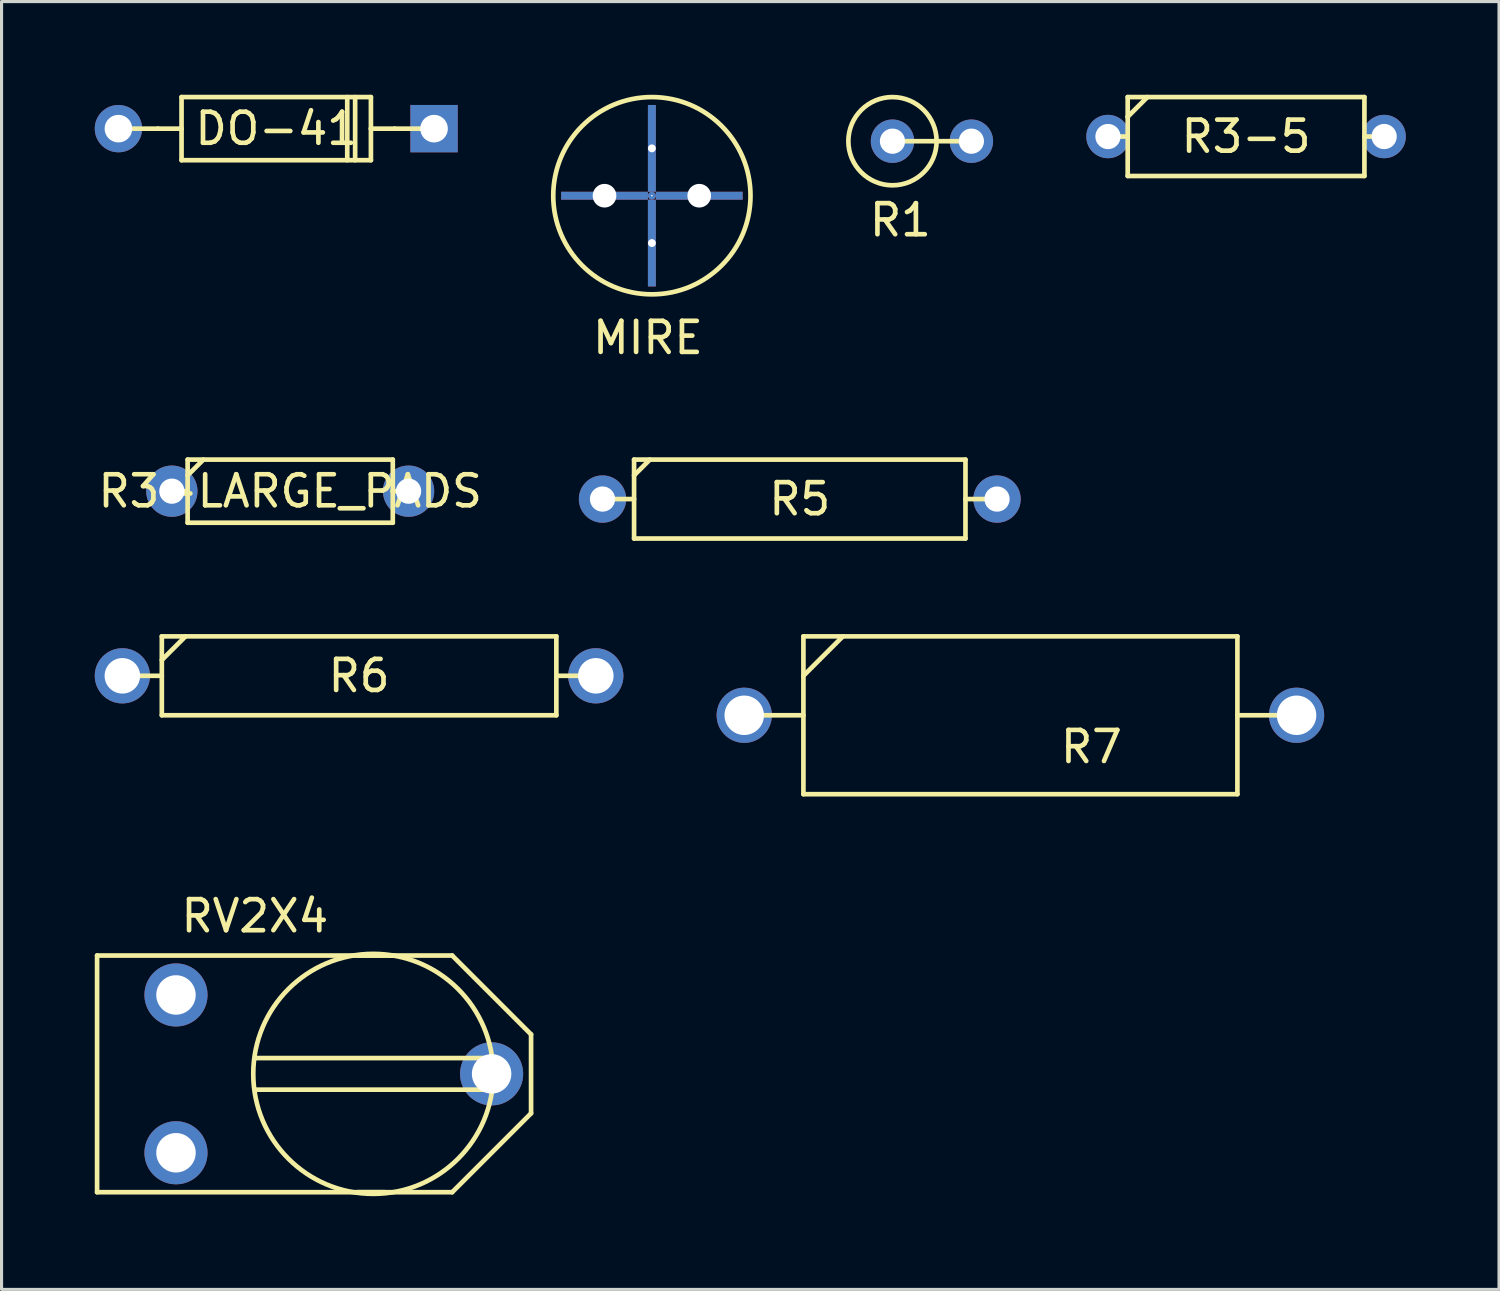
<source format=kicad_pcb>
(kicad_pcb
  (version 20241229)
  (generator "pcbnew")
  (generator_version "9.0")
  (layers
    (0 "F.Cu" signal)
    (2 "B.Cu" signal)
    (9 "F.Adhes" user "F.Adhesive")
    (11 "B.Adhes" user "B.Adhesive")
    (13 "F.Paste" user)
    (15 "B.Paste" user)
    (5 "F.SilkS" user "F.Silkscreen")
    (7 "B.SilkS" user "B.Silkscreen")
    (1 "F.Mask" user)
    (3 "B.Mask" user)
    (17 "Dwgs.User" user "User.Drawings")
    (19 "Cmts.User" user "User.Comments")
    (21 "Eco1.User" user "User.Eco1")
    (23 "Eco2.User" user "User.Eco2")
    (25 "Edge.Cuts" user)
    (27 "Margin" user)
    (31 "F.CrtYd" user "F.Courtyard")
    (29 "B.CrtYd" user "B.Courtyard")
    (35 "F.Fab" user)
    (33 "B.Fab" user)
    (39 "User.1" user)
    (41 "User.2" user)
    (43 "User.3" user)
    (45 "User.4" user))
  (footprint "RV2X4"
    (layer "F.Cu")
    (at 7.695 31.518)
    (property "Reference" "RV2X4" (at -2.54 -5.08 0) (layer "F.SilkS") (effects (font (size 1 1) (thickness 0.15))))
    (attr through_hole)
    (fp_line (start -7.62 -3.81) (end 3.81 -3.81) (stroke (width 0.15) (type solid)) (layer "F.SilkS"))
    (fp_line (start -7.62 3.81) (end -7.62 -3.81) (stroke (width 0.15) (type solid)) (layer "F.SilkS"))
    (fp_line (start -2.54 -0.508) (end 4.953 -0.508) (stroke (width 0.15) (type solid)) (layer "F.SilkS"))
    (fp_line (start -2.54 0.508) (end 4.953 0.508) (stroke (width 0.15) (type solid)) (layer "F.SilkS"))
    (fp_line (start 0.762 -3.81) (end 1.905 -3.81) (stroke (width 0.15) (type solid)) (layer "F.SilkS"))
    (fp_line (start 1.651 3.81) (end 0.762 3.81) (stroke (width 0.15) (type solid)) (layer "F.SilkS"))
    (fp_line (start 3.81 -3.81) (end 6.35 -1.27) (stroke (width 0.15) (type solid)) (layer "F.SilkS"))
    (fp_line (start 3.81 3.81) (end -7.62 3.81) (stroke (width 0.15) (type solid)) (layer "F.SilkS"))
    (fp_line (start 6.35 -1.27) (end 6.35 1.27) (stroke (width 0.15) (type solid)) (layer "F.SilkS"))
    (fp_line (start 6.35 1.27) (end 3.81 3.81) (stroke (width 0.15) (type solid)) (layer "F.SilkS"))
    (fp_circle (center 1.27 0) (end -2.54 -0.635) (stroke (width 0.15) (type solid)) (fill no) (layer "F.SilkS"))
    (pad "1" thru_hole circle (at -5.08 -2.54) (size 2.032 2.032) (drill 1.27) (layers "*.Cu" "*.Mask"))
    (pad "2" thru_hole circle (at 5.08 0) (size 2.032 2.032) (drill 1.27) (layers "*.Cu" "*.Mask"))
    (pad "3" thru_hole circle (at -5.08 2.54) (size 2.032 2.032) (drill 1.27) (layers "*.Cu" "*.Mask")))
  (footprint "MIRE"
    (layer "F.Cu")
    (at 17.934 3.25)
    (property "Reference" "MIRE" (at -0.127 4.572 0) (layer "F.SilkS") (effects (font (size 1 1) (thickness 0.15))))
    (attr through_hole)
    (fp_circle (center 0 0) (end 2.54 1.905) (stroke (width 0.15) (type solid)) (fill no) (layer "F.SilkS"))
    (pad "" thru_hole rect (at -1.524 0) (size 2.794 0.254) (drill 0.762) (layers "*.Cu" "*.Mask"))
    (pad "" thru_hole rect (at 0 -1.524) (size 0.254 2.794) (drill 0.762) (layers "*.Cu" "*.Mask"))
    (pad "" thru_hole circle (at 0 0) (size 0.254 0.254) (drill 0.051) (layers "*.Cu" "*.Mask"))
    (pad "" thru_hole rect (at 0 1.524) (size 0.254 2.794) (drill 0.762) (layers "*.Cu" "*.Mask"))
    (pad "" thru_hole rect (at 1.524 0) (size 2.794 0.254) (drill 0.762) (layers "*.Cu" "*.Mask")))
  (footprint "R3-5"
    (layer "F.Cu")
    (at 37.061 1.345)
    (property "Reference" "R3-5" (at 0 0 0) (layer "F.SilkS") (effects (font (size 1 1) (thickness 0.15))))
    (attr through_hole)
    (fp_line (start -4.445 0) (end -3.81 0) (stroke (width 0.15) (type solid)) (layer "F.SilkS"))
    (fp_line (start -3.81 -1.27) (end -3.81 -0.635) (stroke (width 0.15) (type solid)) (layer "F.SilkS"))
    (fp_line (start -3.81 -0.635) (end -3.81 1.27) (stroke (width 0.15) (type solid)) (layer "F.SilkS"))
    (fp_line (start -3.81 -0.635) (end -3.175 -1.27) (stroke (width 0.15) (type solid)) (layer "F.SilkS"))
    (fp_line (start -3.81 1.27) (end 3.81 1.27) (stroke (width 0.15) (type solid)) (layer "F.SilkS"))
    (fp_line (start 3.81 -1.27) (end -3.81 -1.27) (stroke (width 0.15) (type solid)) (layer "F.SilkS"))
    (fp_line (start 3.81 0) (end 4.445 0) (stroke (width 0.15) (type solid)) (layer "F.SilkS"))
    (fp_line (start 3.81 1.27) (end 3.81 -1.27) (stroke (width 0.15) (type solid)) (layer "F.SilkS"))
    (pad "1" thru_hole circle (at -4.445 0) (size 1.397 1.397) (drill 0.813) (layers "*.Cu" "*.Mask"))
    (pad "2" thru_hole circle (at 4.445 0) (size 1.397 1.397) (drill 0.813) (layers "*.Cu" "*.Mask")))
  (footprint "R3-LARGE_PADS"
    (layer "F.Cu")
    (at 6.292 12.761)
    (property "Reference" "R3-LARGE_PADS" (at 0 0 0) (layer "F.SilkS") (effects (font (size 1 1) (thickness 0.15))))
    (attr through_hole)
    (fp_line (start -3.81 0) (end -3.302 0) (stroke (width 0.15) (type solid)) (layer "F.SilkS"))
    (fp_line (start -3.302 -1.016) (end -3.302 1.016) (stroke (width 0.15) (type solid)) (layer "F.SilkS"))
    (fp_line (start -3.302 -0.508) (end -2.794 -1.016) (stroke (width 0.15) (type solid)) (layer "F.SilkS"))
    (fp_line (start -3.302 1.016) (end 3.302 1.016) (stroke (width 0.15) (type solid)) (layer "F.SilkS"))
    (fp_line (start 3.302 -1.016) (end -3.302 -1.016) (stroke (width 0.15) (type solid)) (layer "F.SilkS"))
    (fp_line (start 3.302 0) (end 3.302 -1.016) (stroke (width 0.15) (type solid)) (layer "F.SilkS"))
    (fp_line (start 3.302 1.016) (end 3.302 0) (stroke (width 0.15) (type solid)) (layer "F.SilkS"))
    (fp_line (start 3.81 0) (end 3.302 0) (stroke (width 0.15) (type solid)) (layer "F.SilkS"))
    (pad "1" thru_hole circle (at -3.81 0) (size 1.651 1.651) (drill 0.813) (layers "*.Cu" "*.Mask"))
    (pad "2" thru_hole circle (at 3.81 0) (size 1.651 1.651) (drill 0.813) (layers "*.Cu" "*.Mask")))
  (footprint "R6"
    (layer "F.Cu")
    (at 8.509 18.705)
    (property "Reference" "R6" (at 0 0 0) (layer "F.SilkS") (effects (font (size 1 1) (thickness 0.15))))
    (attr through_hole)
    (fp_line (start -7.62 0) (end -6.35 0) (stroke (width 0.15) (type solid)) (layer "F.SilkS"))
    (fp_line (start -6.35 -1.27) (end -6.35 1.27) (stroke (width 0.15) (type solid)) (layer "F.SilkS"))
    (fp_line (start -6.35 -1.27) (end 6.35 -1.27) (stroke (width 0.15) (type solid)) (layer "F.SilkS"))
    (fp_line (start -6.35 -0.508) (end -5.588 -1.27) (stroke (width 0.15) (type solid)) (layer "F.SilkS"))
    (fp_line (start 6.35 -1.27) (end 6.35 1.27) (stroke (width 0.15) (type solid)) (layer "F.SilkS"))
    (fp_line (start 6.35 0) (end 7.62 0) (stroke (width 0.15) (type solid)) (layer "F.SilkS"))
    (fp_line (start 6.35 1.27) (end -6.35 1.27) (stroke (width 0.15) (type solid)) (layer "F.SilkS"))
    (pad "1" thru_hole circle (at -7.62 0) (size 1.778 1.778) (drill 1.143) (layers "*.Cu" "*.Mask"))
    (pad "2" thru_hole circle (at 7.62 0) (size 1.778 1.778) (drill 1.143) (layers "*.Cu" "*.Mask")))
  (footprint "R7"
    (layer "F.Cu")
    (at 29.797 19.975)
    (property "Reference" "R7" (at 2.286 1.016 0) (layer "F.SilkS") (effects (font (size 1 1) (thickness 0.15))))
    (attr through_hole)
    (fp_line (start -8.89 0) (end -8.89 0) (stroke (width 0.15) (type solid)) (layer "F.SilkS"))
    (fp_line (start -8.89 0) (end -8.89 0) (stroke (width 0.15) (type solid)) (layer "F.SilkS"))
    (fp_line (start -8.89 0) (end -6.985 0) (stroke (width 0.15) (type solid)) (layer "F.SilkS"))
    (fp_line (start -6.985 -2.54) (end -6.985 2.54) (stroke (width 0.15) (type solid)) (layer "F.SilkS"))
    (fp_line (start -6.985 -2.54) (end 6.985 -2.54) (stroke (width 0.15) (type solid)) (layer "F.SilkS"))
    (fp_line (start -6.985 -1.27) (end -5.715 -2.54) (stroke (width 0.15) (type solid)) (layer "F.SilkS"))
    (fp_line (start 6.985 -2.54) (end 6.985 2.54) (stroke (width 0.15) (type solid)) (layer "F.SilkS"))
    (fp_line (start 6.985 0) (end 8.89 0) (stroke (width 0.15) (type solid)) (layer "F.SilkS"))
    (fp_line (start 6.985 2.54) (end -6.985 2.54) (stroke (width 0.15) (type solid)) (layer "F.SilkS"))
    (fp_line (start 8.89 0) (end 8.89 0) (stroke (width 0.15) (type solid)) (layer "F.SilkS"))
    (pad "1" thru_hole circle (at -8.89 0) (size 1.778 1.778) (drill 1.27) (layers "*.Cu" "*.Mask"))
    (pad "2" thru_hole circle (at 8.89 0) (size 1.778 1.778) (drill 1.27) (layers "*.Cu" "*.Mask")))
  (footprint "DO-41"
    (layer "F.Cu")
    (at 5.842 1.091)
    (property "Reference" "DO-41" (at 0 0 0) (layer "F.SilkS") (effects (font (size 1 1) (thickness 0.15))))
    (attr through_hole)
    (fp_line (start -3.81 0) (end -5.08 0) (stroke (width 0.15) (type solid)) (layer "F.SilkS"))
    (fp_line (start -3.048 -1.016) (end -3.048 0) (stroke (width 0.15) (type solid)) (layer "F.SilkS"))
    (fp_line (start -3.048 0) (end -3.81 0) (stroke (width 0.15) (type solid)) (layer "F.SilkS"))
    (fp_line (start -3.048 0) (end -3.048 1.016) (stroke (width 0.15) (type solid)) (layer "F.SilkS"))
    (fp_line (start -3.048 1.016) (end 3.048 1.016) (stroke (width 0.15) (type solid)) (layer "F.SilkS"))
    (fp_line (start 2.286 1.016) (end 2.286 -1.016) (stroke (width 0.15) (type solid)) (layer "F.SilkS"))
    (fp_line (start 2.54 -1.016) (end 2.54 1.016) (stroke (width 0.15) (type solid)) (layer "F.SilkS"))
    (fp_line (start 3.048 -1.016) (end -3.048 -1.016) (stroke (width 0.15) (type solid)) (layer "F.SilkS"))
    (fp_line (start 3.048 0) (end 3.048 -1.016) (stroke (width 0.15) (type solid)) (layer "F.SilkS"))
    (fp_line (start 3.048 1.016) (end 3.048 0) (stroke (width 0.15) (type solid)) (layer "F.SilkS"))
    (fp_line (start 3.81 0) (end 3.048 0) (stroke (width 0.15) (type solid)) (layer "F.SilkS"))
    (fp_line (start 3.81 0) (end 5.08 0) (stroke (width 0.15) (type solid)) (layer "F.SilkS"))
    (pad "1" thru_hole rect (at 5.08 0) (size 1.524 1.524) (drill 0.889) (layers "*.Cu" "*.Mask"))
    (pad "2" thru_hole circle (at -5.08 0) (size 1.524 1.524) (drill 0.889) (layers "*.Cu" "*.Mask")))
  (footprint "R5"
    (layer "F.Cu")
    (at 22.695 13.015)
    (property "Reference" "R5" (at 0 0 0) (layer "F.SilkS") (effects (font (size 1 1) (thickness 0.15))))
    (attr through_hole)
    (fp_line (start -6.35 0) (end -5.334 0) (stroke (width 0.15) (type solid)) (layer "F.SilkS"))
    (fp_line (start -5.334 -1.27) (end 5.334 -1.27) (stroke (width 0.15) (type solid)) (layer "F.SilkS"))
    (fp_line (start -5.334 -0.762) (end -4.826 -1.27) (stroke (width 0.15) (type solid)) (layer "F.SilkS"))
    (fp_line (start -5.334 1.27) (end -5.334 -1.27) (stroke (width 0.15) (type solid)) (layer "F.SilkS"))
    (fp_line (start 5.334 -1.27) (end 5.334 1.27) (stroke (width 0.15) (type solid)) (layer "F.SilkS"))
    (fp_line (start 5.334 1.27) (end -5.334 1.27) (stroke (width 0.15) (type solid)) (layer "F.SilkS"))
    (fp_line (start 6.35 0) (end 5.334 0) (stroke (width 0.15) (type solid)) (layer "F.SilkS"))
    (pad "1" thru_hole circle (at -6.35 0) (size 1.524 1.524) (drill 0.813) (layers "*.Cu" "*.Mask"))
    (pad "2" thru_hole circle (at 6.35 0) (size 1.524 1.524) (drill 0.813) (layers "*.Cu" "*.Mask")))
  (footprint "R1"
    (layer "F.Cu")
    (at 26.949 1.495)
    (property "Reference" "R1" (at -1.016 2.54 0) (layer "F.SilkS") (effects (font (size 1 1) (thickness 0.15))))
    (attr through_hole)
    (fp_line (start -1.27 0) (end 1.27 0) (stroke (width 0.15) (type solid)) (layer "F.SilkS"))
    (fp_circle (center -1.27 0) (end -0.635 1.27) (stroke (width 0.15) (type solid)) (fill no) (layer "F.SilkS"))
    (pad "1" thru_hole circle (at -1.27 0) (size 1.397 1.397) (drill 0.813) (layers "*.Cu" "*.Mask"))
    (pad "2" thru_hole circle (at 1.27 0) (size 1.397 1.397) (drill 0.813) (layers "*.Cu" "*.Mask")))
  (gr_rect
    (start -3 -3)
    (end 45.204 38.456)
    (stroke (width 0.1) (type default))
    (fill no)
    (layer "Edge.Cuts")))
</source>
